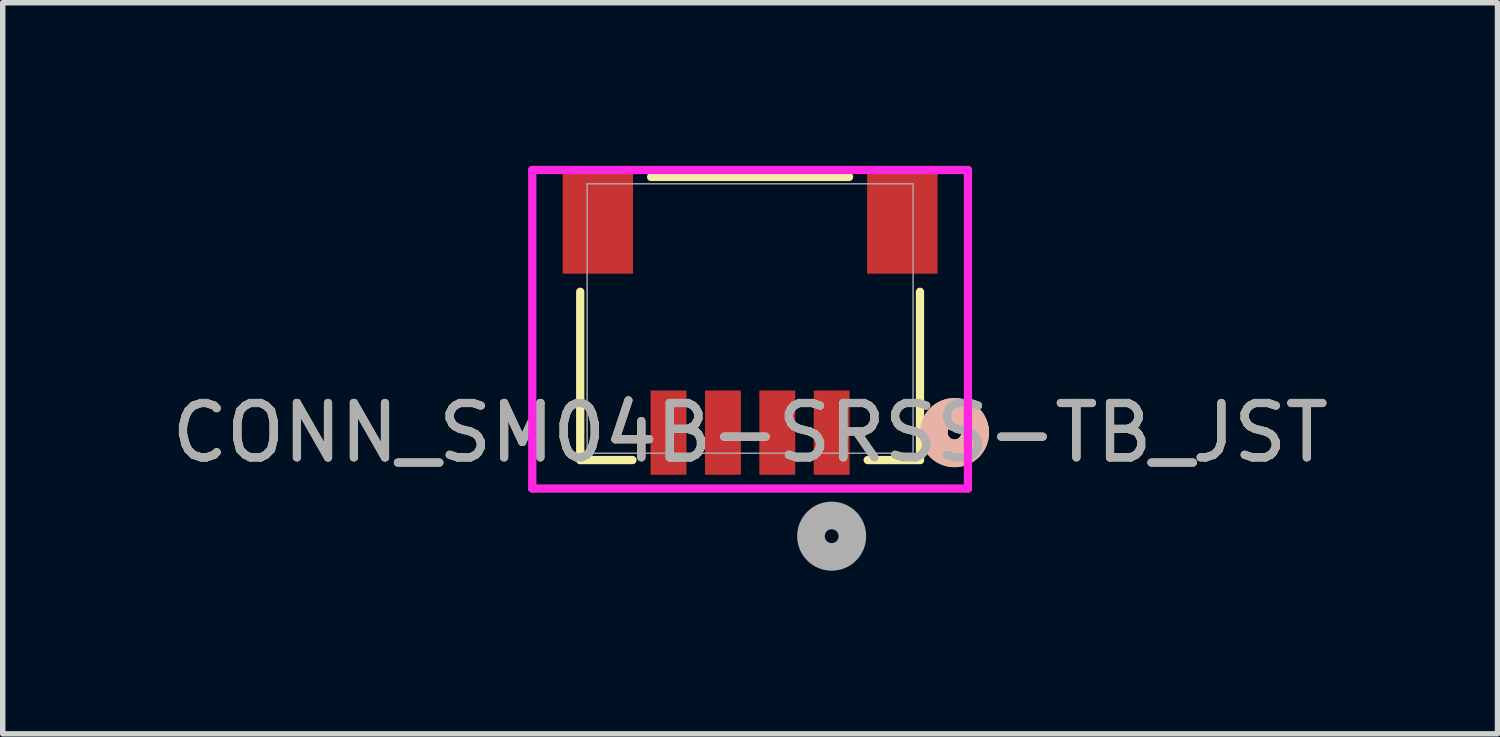
<source format=kicad_pcb>
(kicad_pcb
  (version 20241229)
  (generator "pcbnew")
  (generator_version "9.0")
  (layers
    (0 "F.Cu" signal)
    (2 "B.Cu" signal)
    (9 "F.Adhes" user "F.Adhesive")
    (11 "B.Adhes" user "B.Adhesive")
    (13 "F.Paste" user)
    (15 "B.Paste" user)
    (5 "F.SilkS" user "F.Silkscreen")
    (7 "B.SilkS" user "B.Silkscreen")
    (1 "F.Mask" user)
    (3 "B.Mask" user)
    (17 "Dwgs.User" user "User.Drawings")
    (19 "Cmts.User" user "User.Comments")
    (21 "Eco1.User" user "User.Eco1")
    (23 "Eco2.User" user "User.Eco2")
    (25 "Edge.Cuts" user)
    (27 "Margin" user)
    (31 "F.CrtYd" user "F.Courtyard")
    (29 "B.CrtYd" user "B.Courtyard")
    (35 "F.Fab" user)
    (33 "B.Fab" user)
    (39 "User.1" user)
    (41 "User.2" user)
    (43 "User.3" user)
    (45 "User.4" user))
  (footprint "CONN_SM04B-SRSS-TB_JST"
    (layer "F.Cu")
    (at 10.744 2.807)
    (property "Reference" "CONN_SM04B-SRSS-TB_JST" (at 0 2.099 0) (unlocked yes) (layer "F.SilkS") (effects (font (size 1 1) (thickness 0.15))))
    (attr smd)
    (fp_line (start -3.124 -0.491) (end -3.124 2.603) (stroke (width 0.152) (type solid)) (layer "F.SilkS"))
    (fp_line (start -3.124 2.603) (end -2.163 2.603) (stroke (width 0.152) (type solid)) (layer "F.SilkS"))
    (fp_line (start 1.82 -2.603) (end -1.82 -2.603) (stroke (width 0.152) (type solid)) (layer "F.SilkS"))
    (fp_line (start 2.163 2.603) (end 3.124 2.603) (stroke (width 0.152) (type solid)) (layer "F.SilkS"))
    (fp_line (start 3.124 2.603) (end 3.124 -0.491) (stroke (width 0.152) (type solid)) (layer "F.SilkS"))
    (fp_circle (center 3.759 2.099) (end 4.14 2.099) (stroke (width 0.508) (type solid)) (fill no) (layer "F.SilkS"))
    (fp_circle (center 3.759 2.099) (end 4.14 2.099) (stroke (width 0.508) (type solid)) (fill no) (layer "B.SilkS"))
    (fp_line (start -4.006 -2.731) (end -4.006 3.127) (stroke (width 0.152) (type solid)) (layer "F.CrtYd"))
    (fp_line (start -4.006 3.127) (end 4.006 3.127) (stroke (width 0.152) (type solid)) (layer "F.CrtYd"))
    (fp_line (start 4.006 -2.731) (end -4.006 -2.731) (stroke (width 0.152) (type solid)) (layer "F.CrtYd"))
    (fp_line (start 4.006 3.127) (end 4.006 -2.731) (stroke (width 0.152) (type solid)) (layer "F.CrtYd"))
    (fp_line (start -2.997 -2.477) (end -2.997 2.477) (stroke (width 0.025) (type solid)) (layer "F.Fab"))
    (fp_line (start -2.997 2.477) (end 2.997 2.477) (stroke (width 0.025) (type solid)) (layer "F.Fab"))
    (fp_line (start 2.997 -2.477) (end -2.997 -2.477) (stroke (width 0.025) (type solid)) (layer "F.Fab"))
    (fp_line (start 2.997 2.477) (end 2.997 -2.477) (stroke (width 0.025) (type solid)) (layer "F.Fab"))
    (fp_circle (center 1.5 4.003) (end 1.881 4.003) (stroke (width 0.508) (type solid)) (fill no) (layer "F.Fab"))
    (fp_text user "${REFERENCE}" (at 0 2.099 0) (unlocked yes) (layer "F.Fab") (effects (font (size 1 1) (thickness 0.15))))
    (pad "1" smd rect (at 1.5 2.099) (size 0.66 1.549) (layers "F.Cu" "F.Mask" "F.Paste"))
    (pad "2" smd rect (at 0.5 2.099) (size 0.66 1.549) (layers "F.Cu" "F.Mask" "F.Paste"))
    (pad "3" smd rect (at -0.5 2.099) (size 0.66 1.549) (layers "F.Cu" "F.Mask" "F.Paste"))
    (pad "4" smd rect (at -1.5 2.099) (size 0.66 1.549) (layers "F.Cu" "F.Mask" "F.Paste"))
    (pad "5" smd rect (at -2.8 -1.777 90) (size 1.905 1.295) (layers "F.Cu" "F.Mask" "F.Paste"))
    (pad "6" smd rect (at 2.8 -1.777 90) (size 1.905 1.295) (layers "F.Cu" "F.Mask" "F.Paste")))
  (gr_rect
    (start -3 -3)
    (end 24.488 10.445)
    (stroke (width 0.1) (type default))
    (fill no)
    (layer "Edge.Cuts")))
</source>
